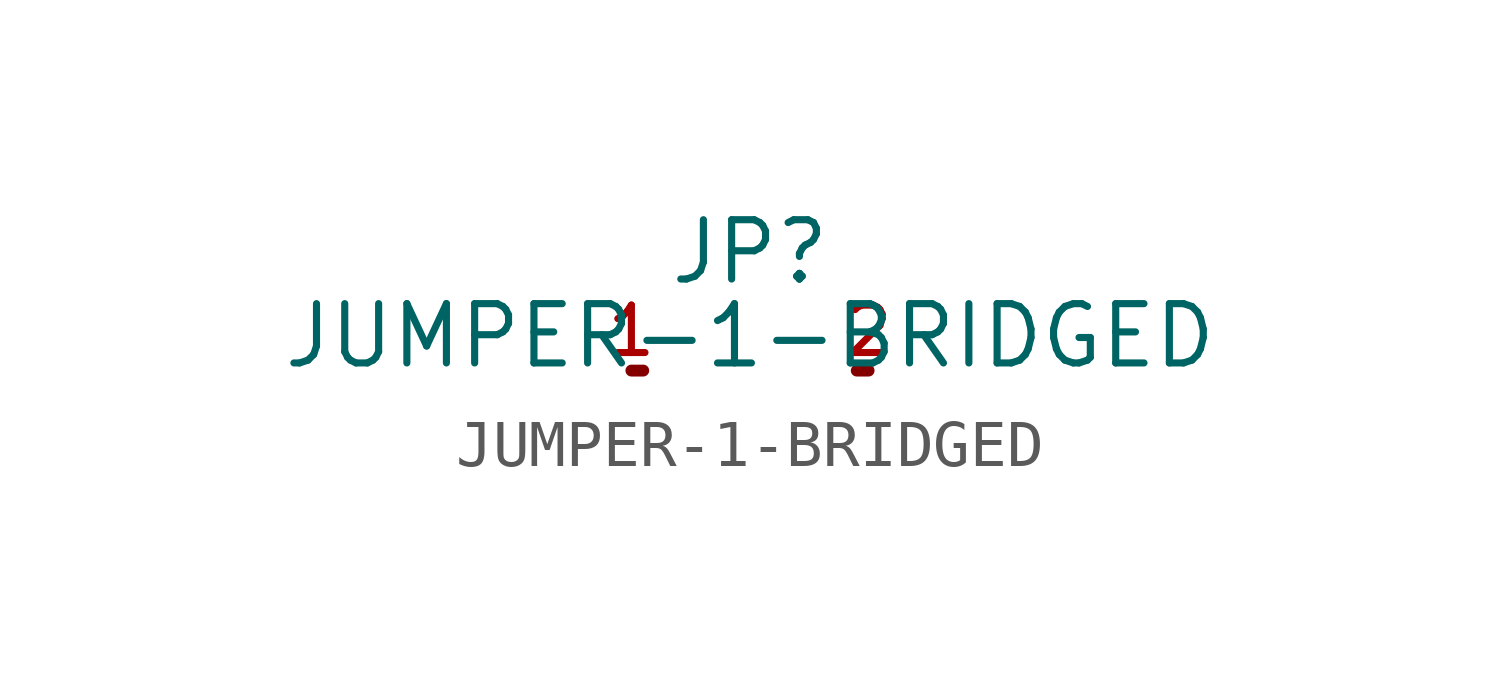
<source format=kicad_sym>
(kicad_symbol_lib
  (version 20211014)
  (generator kicad_symbol_editor)
  (symbol "JUMPER-1-BRIDGED"
    (pin_names
      (offset 1.016))
    (property "Reference" "JP"
      (at 0.0 2.54 0)
      (effects (font (size 1.27 1.27))))
    (property "Value" "JUMPER-1-BRIDGED"
      (at 0 0.0 0)
      (effects (font (size 1.27 1.27)) (justify bottom)))
    (symbol "JUMPER-1-BRIDGED_0_0"
      (polyline (pts (xy -2.286 0.0) (xy -2.54 0.0)) (stroke (width 0.254)))
      (polyline (pts (xy 2.286 0.0) (xy 2.54 0.0)) (stroke (width 0.254)))
      (pin bidirectional line (at -2.54 0.0 0) (length 0) (name "~" (effects (font (size 1.016 1.016)))) (number "1" (effects (font (size 1.016 1.016)))))
      (pin bidirectional line (at 2.54 0.0 180.0) (length 0) (name "~" (effects (font (size 1.016 1.016)))) (number "2" (effects (font (size 1.016 1.016))))))))
</source>
